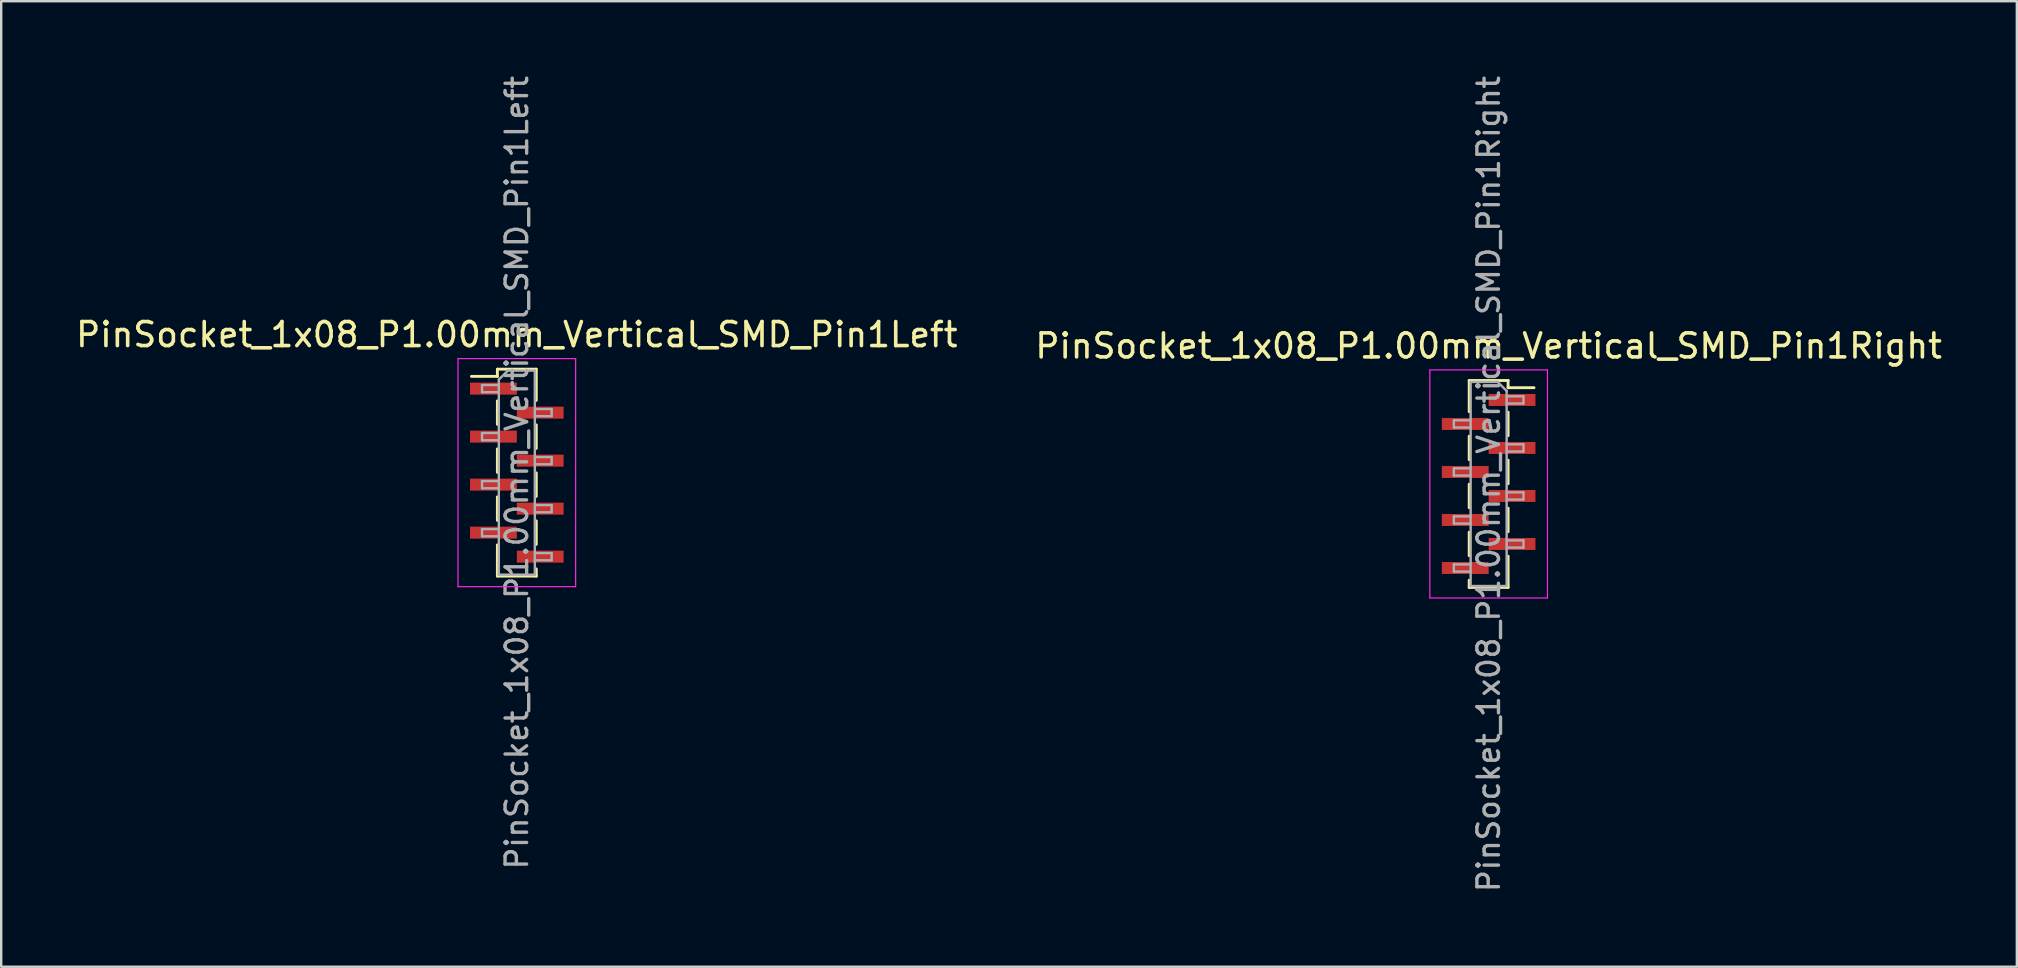
<source format=kicad_pcb>
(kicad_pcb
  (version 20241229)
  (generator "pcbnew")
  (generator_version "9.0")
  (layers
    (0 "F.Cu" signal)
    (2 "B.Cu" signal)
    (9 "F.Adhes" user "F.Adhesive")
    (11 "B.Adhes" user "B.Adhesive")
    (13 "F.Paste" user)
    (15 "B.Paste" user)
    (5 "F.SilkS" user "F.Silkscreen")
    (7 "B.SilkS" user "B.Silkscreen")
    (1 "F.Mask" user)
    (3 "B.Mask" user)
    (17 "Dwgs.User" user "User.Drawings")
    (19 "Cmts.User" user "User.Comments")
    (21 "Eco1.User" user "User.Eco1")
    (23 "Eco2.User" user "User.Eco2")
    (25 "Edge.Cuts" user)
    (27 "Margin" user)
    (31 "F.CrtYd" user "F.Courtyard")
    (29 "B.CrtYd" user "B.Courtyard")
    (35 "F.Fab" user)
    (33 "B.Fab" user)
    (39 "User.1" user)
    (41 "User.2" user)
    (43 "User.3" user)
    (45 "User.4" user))
  (footprint "PinSocket_1x08_P1.00mm_Vertical_SMD_Pin1Right"
    (layer "F.Cu")
    (at 58.97 17.113)
    (property "Reference" "PinSocket_1x08_P1.00mm_Vertical_SMD_Pin1Right" (at 0 -5.75 0) (layer "F.SilkS") (effects (font (size 1 1) (thickness 0.15))))
    (attr smd)
    (fp_line (start -0.81 -4.31) (end -0.81 -3.01) (stroke (width 0.12) (type solid)) (layer "F.SilkS"))
    (fp_line (start -0.81 -4.31) (end 0.81 -4.31) (stroke (width 0.12) (type solid)) (layer "F.SilkS"))
    (fp_line (start -0.81 -1.99) (end -0.81 -1.01) (stroke (width 0.12) (type solid)) (layer "F.SilkS"))
    (fp_line (start -0.81 0.01) (end -0.81 0.99) (stroke (width 0.12) (type solid)) (layer "F.SilkS"))
    (fp_line (start -0.81 2.01) (end -0.81 2.99) (stroke (width 0.12) (type solid)) (layer "F.SilkS"))
    (fp_line (start -0.81 4.01) (end -0.81 4.31) (stroke (width 0.12) (type solid)) (layer "F.SilkS"))
    (fp_line (start -0.81 4.31) (end 0.81 4.31) (stroke (width 0.12) (type solid)) (layer "F.SilkS"))
    (fp_line (start 0.81 -4.31) (end 0.81 -4.01) (stroke (width 0.12) (type solid)) (layer "F.SilkS"))
    (fp_line (start 0.81 -4.01) (end 1.89 -4.01) (stroke (width 0.12) (type solid)) (layer "F.SilkS"))
    (fp_line (start 0.81 -2.99) (end 0.81 -2.01) (stroke (width 0.12) (type solid)) (layer "F.SilkS"))
    (fp_line (start 0.81 -0.99) (end 0.81 -0.01) (stroke (width 0.12) (type solid)) (layer "F.SilkS"))
    (fp_line (start 0.81 1.01) (end 0.81 1.99) (stroke (width 0.12) (type solid)) (layer "F.SilkS"))
    (fp_line (start 0.81 3.01) (end 0.81 4.31) (stroke (width 0.12) (type solid)) (layer "F.SilkS"))
    (fp_line (start -2.45 -4.75) (end 2.45 -4.75) (stroke (width 0.05) (type solid)) (layer "F.CrtYd"))
    (fp_line (start -2.45 4.75) (end -2.45 -4.75) (stroke (width 0.05) (type solid)) (layer "F.CrtYd"))
    (fp_line (start 2.45 -4.75) (end 2.45 4.75) (stroke (width 0.05) (type solid)) (layer "F.CrtYd"))
    (fp_line (start 2.45 4.75) (end -2.45 4.75) (stroke (width 0.05) (type solid)) (layer "F.CrtYd"))
    (fp_line (start -1.45 -2.65) (end -0.75 -2.65) (stroke (width 0.1) (type solid)) (layer "F.Fab"))
    (fp_line (start -1.45 -2.35) (end -1.45 -2.65) (stroke (width 0.1) (type solid)) (layer "F.Fab"))
    (fp_line (start -1.45 -0.65) (end -0.75 -0.65) (stroke (width 0.1) (type solid)) (layer "F.Fab"))
    (fp_line (start -1.45 -0.35) (end -1.45 -0.65) (stroke (width 0.1) (type solid)) (layer "F.Fab"))
    (fp_line (start -1.45 1.35) (end -0.75 1.35) (stroke (width 0.1) (type solid)) (layer "F.Fab"))
    (fp_line (start -1.45 1.65) (end -1.45 1.35) (stroke (width 0.1) (type solid)) (layer "F.Fab"))
    (fp_line (start -1.45 3.35) (end -0.75 3.35) (stroke (width 0.1) (type solid)) (layer "F.Fab"))
    (fp_line (start -1.45 3.65) (end -1.45 3.35) (stroke (width 0.1) (type solid)) (layer "F.Fab"))
    (fp_line (start -0.75 -4.25) (end 0.375 -4.25) (stroke (width 0.1) (type solid)) (layer "F.Fab"))
    (fp_line (start -0.75 -2.35) (end -1.45 -2.35) (stroke (width 0.1) (type solid)) (layer "F.Fab"))
    (fp_line (start -0.75 -0.35) (end -1.45 -0.35) (stroke (width 0.1) (type solid)) (layer "F.Fab"))
    (fp_line (start -0.75 1.65) (end -1.45 1.65) (stroke (width 0.1) (type solid)) (layer "F.Fab"))
    (fp_line (start -0.75 3.65) (end -1.45 3.65) (stroke (width 0.1) (type solid)) (layer "F.Fab"))
    (fp_line (start -0.75 4.25) (end -0.75 -4.25) (stroke (width 0.1) (type solid)) (layer "F.Fab"))
    (fp_line (start 0.375 -4.25) (end 0.75 -3.875) (stroke (width 0.1) (type solid)) (layer "F.Fab"))
    (fp_line (start 0.75 -3.875) (end 0.75 4.25) (stroke (width 0.1) (type solid)) (layer "F.Fab"))
    (fp_line (start 0.75 -3.65) (end 1.45 -3.65) (stroke (width 0.1) (type solid)) (layer "F.Fab"))
    (fp_line (start 0.75 -1.65) (end 1.45 -1.65) (stroke (width 0.1) (type solid)) (layer "F.Fab"))
    (fp_line (start 0.75 0.35) (end 1.45 0.35) (stroke (width 0.1) (type solid)) (layer "F.Fab"))
    (fp_line (start 0.75 2.35) (end 1.45 2.35) (stroke (width 0.1) (type solid)) (layer "F.Fab"))
    (fp_line (start 0.75 4.25) (end -0.75 4.25) (stroke (width 0.1) (type solid)) (layer "F.Fab"))
    (fp_line (start 1.45 -3.65) (end 1.45 -3.35) (stroke (width 0.1) (type solid)) (layer "F.Fab"))
    (fp_line (start 1.45 -3.35) (end 0.75 -3.35) (stroke (width 0.1) (type solid)) (layer "F.Fab"))
    (fp_line (start 1.45 -1.65) (end 1.45 -1.35) (stroke (width 0.1) (type solid)) (layer "F.Fab"))
    (fp_line (start 1.45 -1.35) (end 0.75 -1.35) (stroke (width 0.1) (type solid)) (layer "F.Fab"))
    (fp_line (start 1.45 0.35) (end 1.45 0.65) (stroke (width 0.1) (type solid)) (layer "F.Fab"))
    (fp_line (start 1.45 0.65) (end 0.75 0.65) (stroke (width 0.1) (type solid)) (layer "F.Fab"))
    (fp_line (start 1.45 2.35) (end 1.45 2.65) (stroke (width 0.1) (type solid)) (layer "F.Fab"))
    (fp_line (start 1.45 2.65) (end 0.75 2.65) (stroke (width 0.1) (type solid)) (layer "F.Fab"))
    (fp_text user "${REFERENCE}" (at 0 0 90) (layer "F.Fab") (effects (font (size 0.9 0.9) (thickness 0.14))))
    (pad "1" smd rect (at 0.975 -3.5) (size 1.95 0.5) (layers "F.Cu" "F.Mask" "F.Paste"))
    (pad "2" smd rect (at -0.975 -2.5) (size 1.95 0.5) (layers "F.Cu" "F.Mask" "F.Paste"))
    (pad "3" smd rect (at 0.975 -1.5) (size 1.95 0.5) (layers "F.Cu" "F.Mask" "F.Paste"))
    (pad "4" smd rect (at -0.975 -0.5) (size 1.95 0.5) (layers "F.Cu" "F.Mask" "F.Paste"))
    (pad "5" smd rect (at 0.975 0.5) (size 1.95 0.5) (layers "F.Cu" "F.Mask" "F.Paste"))
    (pad "6" smd rect (at -0.975 1.5) (size 1.95 0.5) (layers "F.Cu" "F.Mask" "F.Paste"))
    (pad "7" smd rect (at 0.975 2.5) (size 1.95 0.5) (layers "F.Cu" "F.Mask" "F.Paste"))
    (pad "8" smd rect (at -0.975 3.5) (size 1.95 0.5) (layers "F.Cu" "F.Mask" "F.Paste")))
  (footprint "PinSocket_1x08_P1.00mm_Vertical_SMD_Pin1Left"
    (layer "F.Cu")
    (at 18.482 16.641)
    (property "Reference" "PinSocket_1x08_P1.00mm_Vertical_SMD_Pin1Left" (at 0 -5.75 0) (layer "F.SilkS") (effects (font (size 1 1) (thickness 0.15))))
    (attr smd)
    (fp_line (start -1.89 -4.01) (end -0.81 -4.01) (stroke (width 0.12) (type solid)) (layer "F.SilkS"))
    (fp_line (start -0.81 -4.31) (end -0.81 -4.01) (stroke (width 0.12) (type solid)) (layer "F.SilkS"))
    (fp_line (start -0.81 -4.31) (end 0.81 -4.31) (stroke (width 0.12) (type solid)) (layer "F.SilkS"))
    (fp_line (start -0.81 -2.99) (end -0.81 -2.01) (stroke (width 0.12) (type solid)) (layer "F.SilkS"))
    (fp_line (start -0.81 -0.99) (end -0.81 -0.01) (stroke (width 0.12) (type solid)) (layer "F.SilkS"))
    (fp_line (start -0.81 1.01) (end -0.81 1.99) (stroke (width 0.12) (type solid)) (layer "F.SilkS"))
    (fp_line (start -0.81 3.01) (end -0.81 4.31) (stroke (width 0.12) (type solid)) (layer "F.SilkS"))
    (fp_line (start -0.81 4.31) (end 0.81 4.31) (stroke (width 0.12) (type solid)) (layer "F.SilkS"))
    (fp_line (start 0.81 -4.31) (end 0.81 -3.01) (stroke (width 0.12) (type solid)) (layer "F.SilkS"))
    (fp_line (start 0.81 -1.99) (end 0.81 -1.01) (stroke (width 0.12) (type solid)) (layer "F.SilkS"))
    (fp_line (start 0.81 0.01) (end 0.81 0.99) (stroke (width 0.12) (type solid)) (layer "F.SilkS"))
    (fp_line (start 0.81 2.01) (end 0.81 2.99) (stroke (width 0.12) (type solid)) (layer "F.SilkS"))
    (fp_line (start 0.81 4.01) (end 0.81 4.31) (stroke (width 0.12) (type solid)) (layer "F.SilkS"))
    (fp_line (start -2.45 -4.75) (end 2.45 -4.75) (stroke (width 0.05) (type solid)) (layer "F.CrtYd"))
    (fp_line (start -2.45 4.75) (end -2.45 -4.75) (stroke (width 0.05) (type solid)) (layer "F.CrtYd"))
    (fp_line (start 2.45 -4.75) (end 2.45 4.75) (stroke (width 0.05) (type solid)) (layer "F.CrtYd"))
    (fp_line (start 2.45 4.75) (end -2.45 4.75) (stroke (width 0.05) (type solid)) (layer "F.CrtYd"))
    (fp_line (start -1.45 -3.65) (end -0.75 -3.65) (stroke (width 0.1) (type solid)) (layer "F.Fab"))
    (fp_line (start -1.45 -3.35) (end -1.45 -3.65) (stroke (width 0.1) (type solid)) (layer "F.Fab"))
    (fp_line (start -1.45 -1.65) (end -0.75 -1.65) (stroke (width 0.1) (type solid)) (layer "F.Fab"))
    (fp_line (start -1.45 -1.35) (end -1.45 -1.65) (stroke (width 0.1) (type solid)) (layer "F.Fab"))
    (fp_line (start -1.45 0.35) (end -0.75 0.35) (stroke (width 0.1) (type solid)) (layer "F.Fab"))
    (fp_line (start -1.45 0.65) (end -1.45 0.35) (stroke (width 0.1) (type solid)) (layer "F.Fab"))
    (fp_line (start -1.45 2.35) (end -0.75 2.35) (stroke (width 0.1) (type solid)) (layer "F.Fab"))
    (fp_line (start -1.45 2.65) (end -1.45 2.35) (stroke (width 0.1) (type solid)) (layer "F.Fab"))
    (fp_line (start -0.75 -3.875) (end -0.375 -4.25) (stroke (width 0.1) (type solid)) (layer "F.Fab"))
    (fp_line (start -0.75 -3.35) (end -1.45 -3.35) (stroke (width 0.1) (type solid)) (layer "F.Fab"))
    (fp_line (start -0.75 -1.35) (end -1.45 -1.35) (stroke (width 0.1) (type solid)) (layer "F.Fab"))
    (fp_line (start -0.75 0.65) (end -1.45 0.65) (stroke (width 0.1) (type solid)) (layer "F.Fab"))
    (fp_line (start -0.75 2.65) (end -1.45 2.65) (stroke (width 0.1) (type solid)) (layer "F.Fab"))
    (fp_line (start -0.75 4.25) (end -0.75 -3.875) (stroke (width 0.1) (type solid)) (layer "F.Fab"))
    (fp_line (start -0.375 -4.25) (end 0.75 -4.25) (stroke (width 0.1) (type solid)) (layer "F.Fab"))
    (fp_line (start 0.75 -4.25) (end 0.75 4.25) (stroke (width 0.1) (type solid)) (layer "F.Fab"))
    (fp_line (start 0.75 -2.65) (end 1.45 -2.65) (stroke (width 0.1) (type solid)) (layer "F.Fab"))
    (fp_line (start 0.75 -0.65) (end 1.45 -0.65) (stroke (width 0.1) (type solid)) (layer "F.Fab"))
    (fp_line (start 0.75 1.35) (end 1.45 1.35) (stroke (width 0.1) (type solid)) (layer "F.Fab"))
    (fp_line (start 0.75 3.35) (end 1.45 3.35) (stroke (width 0.1) (type solid)) (layer "F.Fab"))
    (fp_line (start 0.75 4.25) (end -0.75 4.25) (stroke (width 0.1) (type solid)) (layer "F.Fab"))
    (fp_line (start 1.45 -2.65) (end 1.45 -2.35) (stroke (width 0.1) (type solid)) (layer "F.Fab"))
    (fp_line (start 1.45 -2.35) (end 0.75 -2.35) (stroke (width 0.1) (type solid)) (layer "F.Fab"))
    (fp_line (start 1.45 -0.65) (end 1.45 -0.35) (stroke (width 0.1) (type solid)) (layer "F.Fab"))
    (fp_line (start 1.45 -0.35) (end 0.75 -0.35) (stroke (width 0.1) (type solid)) (layer "F.Fab"))
    (fp_line (start 1.45 1.35) (end 1.45 1.65) (stroke (width 0.1) (type solid)) (layer "F.Fab"))
    (fp_line (start 1.45 1.65) (end 0.75 1.65) (stroke (width 0.1) (type solid)) (layer "F.Fab"))
    (fp_line (start 1.45 3.35) (end 1.45 3.65) (stroke (width 0.1) (type solid)) (layer "F.Fab"))
    (fp_line (start 1.45 3.65) (end 0.75 3.65) (stroke (width 0.1) (type solid)) (layer "F.Fab"))
    (fp_text user "${REFERENCE}" (at 0 0 90) (layer "F.Fab") (effects (font (size 0.9 0.9) (thickness 0.14))))
    (pad "1" smd rect (at -0.975 -3.5) (size 1.95 0.5) (layers "F.Cu" "F.Mask" "F.Paste"))
    (pad "2" smd rect (at 0.975 -2.5) (size 1.95 0.5) (layers "F.Cu" "F.Mask" "F.Paste"))
    (pad "3" smd rect (at -0.975 -1.5) (size 1.95 0.5) (layers "F.Cu" "F.Mask" "F.Paste"))
    (pad "4" smd rect (at 0.975 -0.5) (size 1.95 0.5) (layers "F.Cu" "F.Mask" "F.Paste"))
    (pad "5" smd rect (at -0.975 0.5) (size 1.95 0.5) (layers "F.Cu" "F.Mask" "F.Paste"))
    (pad "6" smd rect (at 0.975 1.5) (size 1.95 0.5) (layers "F.Cu" "F.Mask" "F.Paste"))
    (pad "7" smd rect (at -0.975 2.5) (size 1.95 0.5) (layers "F.Cu" "F.Mask" "F.Paste"))
    (pad "8" smd rect (at 0.975 3.5) (size 1.95 0.5) (layers "F.Cu" "F.Mask" "F.Paste")))
  (gr_rect
    (start -3 -3)
    (end 80.976 37.226)
    (stroke (width 0.1) (type default))
    (fill no)
    (layer "Edge.Cuts")))
</source>
